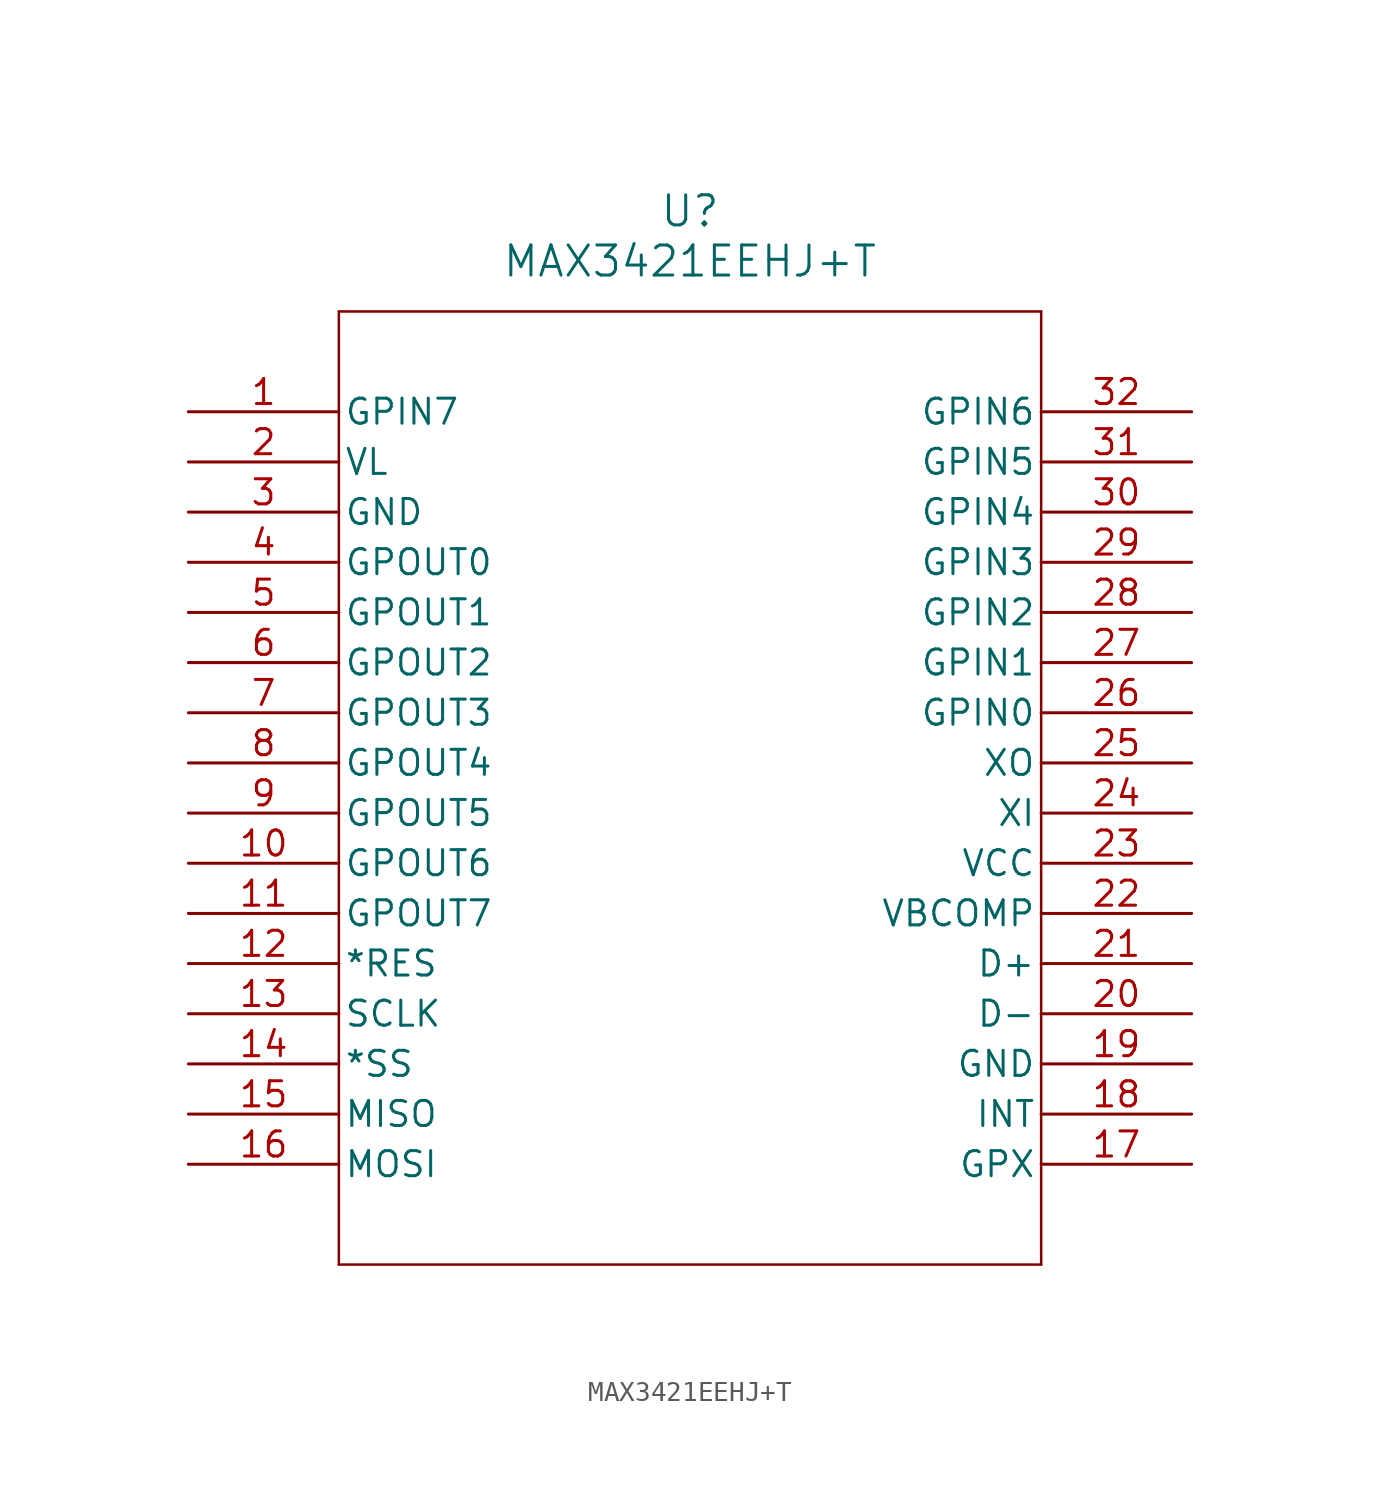
<source format=kicad_sym>
(kicad_symbol_lib
  (version 20211014)
  (generator kicad_symbol_editor)
  (symbol "MAX3421EEHJ+T"
    (pin_names
      (offset 0.254))
    (property "Reference" "U"
      (at 25.4 10.16 0)
      (effects (font (size 1.524 1.524))))
    (property "Value" "MAX3421EEHJ+T"
      (at 25.4 7.62 0)
      (effects (font (size 1.524 1.524))))
    (symbol "MAX3421EEHJ+T_0_1"
      (polyline (pts (xy 7.62 5.08) (xy 7.62 -43.18)) (stroke (width .127) (type default) (color 0 0 0 0)) (fill (type none)))
      (polyline (pts (xy 7.62 -43.18) (xy 43.18 -43.18)) (stroke (width .127) (type default) (color 0 0 0 0)) (fill (type none)))
      (polyline (pts (xy 43.18 -43.18) (xy 43.18 5.08)) (stroke (width .127) (type default) (color 0 0 0 0)) (fill (type none)))
      (polyline (pts (xy 43.18 5.08) (xy 7.62 5.08)) (stroke (width .127) (type default) (color 0 0 0 0)) (fill (type none)))
      (pin input line (at 0 0 0) (length 7.62) (name "GPIN7" (effects (font (size 1.27 1.27)))) (number "1" (effects (font (size 1.27 1.27)))))
      (pin input line (at 0 -2.54 0) (length 7.62) (name "VL" (effects (font (size 1.27 1.27)))) (number "2" (effects (font (size 1.27 1.27)))))
      (pin input line (at 0 -5.08 0) (length 7.62) (name "GND" (effects (font (size 1.27 1.27)))) (number "3" (effects (font (size 1.27 1.27)))))
      (pin output line (at 0 -7.62 0) (length 7.62) (name "GPOUT0" (effects (font (size 1.27 1.27)))) (number "4" (effects (font (size 1.27 1.27)))))
      (pin output line (at 0 -10.16 0) (length 7.62) (name "GPOUT1" (effects (font (size 1.27 1.27)))) (number "5" (effects (font (size 1.27 1.27)))))
      (pin output line (at 0 -12.7 0) (length 7.62) (name "GPOUT2" (effects (font (size 1.27 1.27)))) (number "6" (effects (font (size 1.27 1.27)))))
      (pin output line (at 0 -15.24 0) (length 7.62) (name "GPOUT3" (effects (font (size 1.27 1.27)))) (number "7" (effects (font (size 1.27 1.27)))))
      (pin output line (at 0 -17.78 0) (length 7.62) (name "GPOUT4" (effects (font (size 1.27 1.27)))) (number "8" (effects (font (size 1.27 1.27)))))
      (pin output line (at 0 -20.32 0) (length 7.62) (name "GPOUT5" (effects (font (size 1.27 1.27)))) (number "9" (effects (font (size 1.27 1.27)))))
      (pin output line (at 0 -22.86 0) (length 7.62) (name "GPOUT6" (effects (font (size 1.27 1.27)))) (number "10" (effects (font (size 1.27 1.27)))))
      (pin output line (at 0 -25.4 0) (length 7.62) (name "GPOUT7" (effects (font (size 1.27 1.27)))) (number "11" (effects (font (size 1.27 1.27)))))
      (pin input line (at 0 -27.94 0) (length 7.62) (name "*RES" (effects (font (size 1.27 1.27)))) (number "12" (effects (font (size 1.27 1.27)))))
      (pin input line (at 0 -30.48 0) (length 7.62) (name "SCLK" (effects (font (size 1.27 1.27)))) (number "13" (effects (font (size 1.27 1.27)))))
      (pin input line (at 0 -33.02 0) (length 7.62) (name "*SS" (effects (font (size 1.27 1.27)))) (number "14" (effects (font (size 1.27 1.27)))))
      (pin output line (at 0 -35.56 0) (length 7.62) (name "MISO" (effects (font (size 1.27 1.27)))) (number "15" (effects (font (size 1.27 1.27)))))
      (pin bidirectional line (at 0 -38.1 0) (length 7.62) (name "MOSI" (effects (font (size 1.27 1.27)))) (number "16" (effects (font (size 1.27 1.27)))))
      (pin output line (at 50.8 -38.1 180) (length 7.62) (name "GPX" (effects (font (size 1.27 1.27)))) (number "17" (effects (font (size 1.27 1.27)))))
      (pin output line (at 50.8 -35.56 180) (length 7.62) (name "INT" (effects (font (size 1.27 1.27)))) (number "18" (effects (font (size 1.27 1.27)))))
      (pin power_out line (at 50.8 -33.02 180) (length 7.62) (name "GND" (effects (font (size 1.27 1.27)))) (number "19" (effects (font (size 1.27 1.27)))))
      (pin bidirectional line (at 50.8 -30.48 180) (length 7.62) (name "D-" (effects (font (size 1.27 1.27)))) (number "20" (effects (font (size 1.27 1.27)))))
      (pin bidirectional line (at 50.8 -27.94 180) (length 7.62) (name "D+" (effects (font (size 1.27 1.27)))) (number "21" (effects (font (size 1.27 1.27)))))
      (pin input line (at 50.8 -25.4 180) (length 7.62) (name "VBCOMP" (effects (font (size 1.27 1.27)))) (number "22" (effects (font (size 1.27 1.27)))))
      (pin power_in line (at 50.8 -22.86 180) (length 7.62) (name "VCC" (effects (font (size 1.27 1.27)))) (number "23" (effects (font (size 1.27 1.27)))))
      (pin input line (at 50.8 -20.32 180) (length 7.62) (name "XI" (effects (font (size 1.27 1.27)))) (number "24" (effects (font (size 1.27 1.27)))))
      (pin output line (at 50.8 -17.78 180) (length 7.62) (name "XO" (effects (font (size 1.27 1.27)))) (number "25" (effects (font (size 1.27 1.27)))))
      (pin input line (at 50.8 -15.24 180) (length 7.62) (name "GPIN0" (effects (font (size 1.27 1.27)))) (number "26" (effects (font (size 1.27 1.27)))))
      (pin input line (at 50.8 -12.7 180) (length 7.62) (name "GPIN1" (effects (font (size 1.27 1.27)))) (number "27" (effects (font (size 1.27 1.27)))))
      (pin input line (at 50.8 -10.16 180) (length 7.62) (name "GPIN2" (effects (font (size 1.27 1.27)))) (number "28" (effects (font (size 1.27 1.27)))))
      (pin input line (at 50.8 -7.62 180) (length 7.62) (name "GPIN3" (effects (font (size 1.27 1.27)))) (number "29" (effects (font (size 1.27 1.27)))))
      (pin input line (at 50.8 -5.08 180) (length 7.62) (name "GPIN4" (effects (font (size 1.27 1.27)))) (number "30" (effects (font (size 1.27 1.27)))))
      (pin input line (at 50.8 -2.54 180) (length 7.62) (name "GPIN5" (effects (font (size 1.27 1.27)))) (number "31" (effects (font (size 1.27 1.27)))))
      (pin input line (at 50.8 0 180) (length 7.62) (name "GPIN6" (effects (font (size 1.27 1.27)))) (number "32" (effects (font (size 1.27 1.27))))))))
</source>
